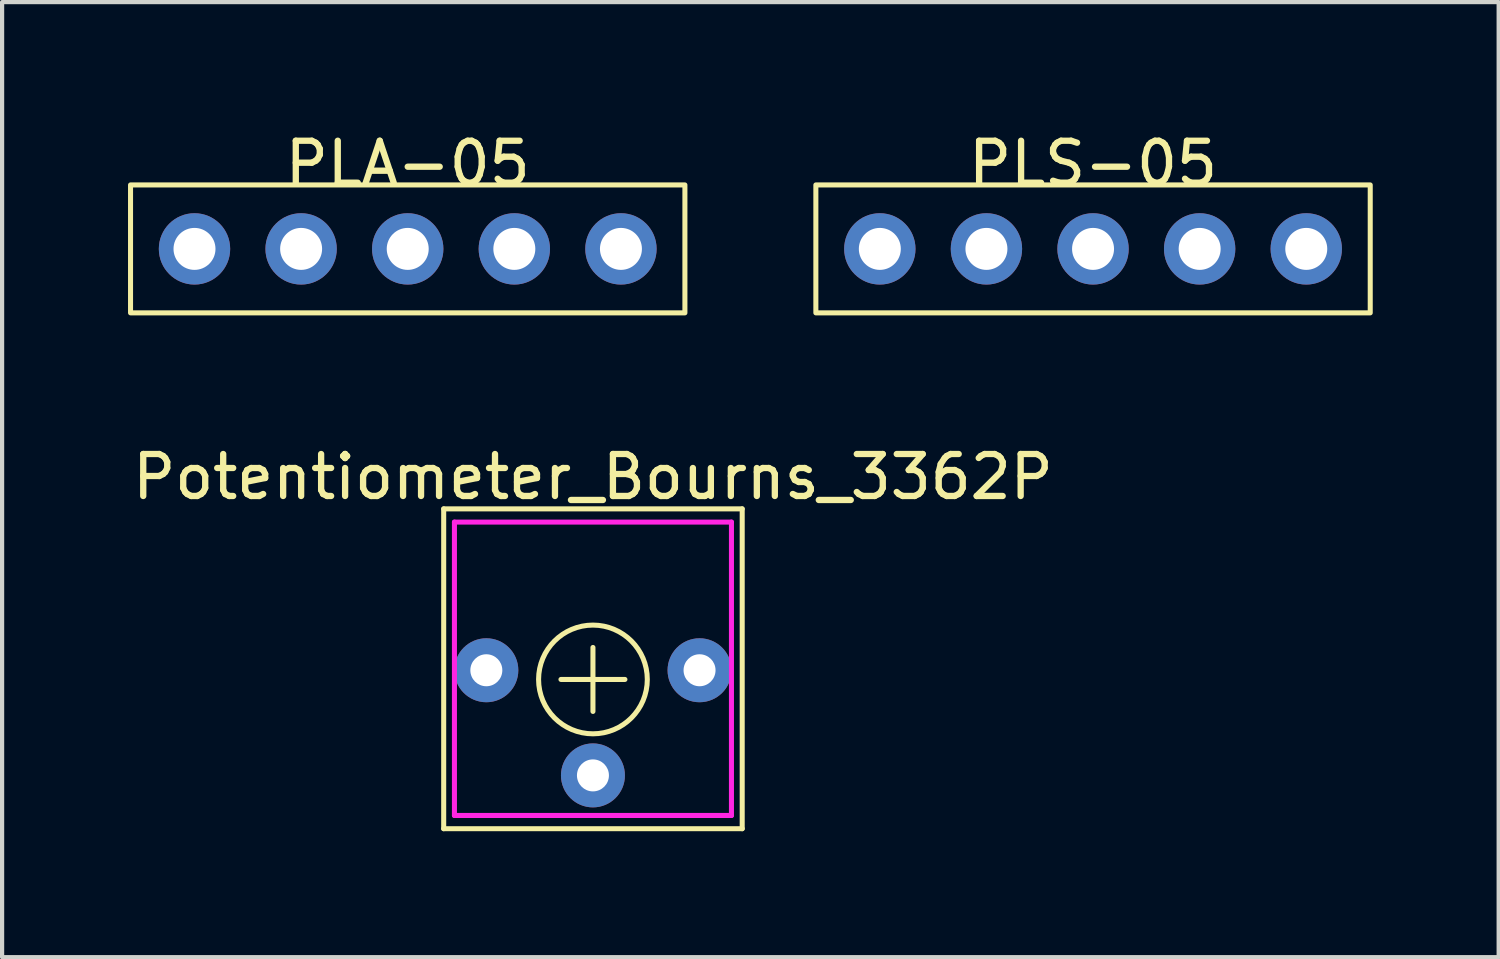
<source format=kicad_pcb>
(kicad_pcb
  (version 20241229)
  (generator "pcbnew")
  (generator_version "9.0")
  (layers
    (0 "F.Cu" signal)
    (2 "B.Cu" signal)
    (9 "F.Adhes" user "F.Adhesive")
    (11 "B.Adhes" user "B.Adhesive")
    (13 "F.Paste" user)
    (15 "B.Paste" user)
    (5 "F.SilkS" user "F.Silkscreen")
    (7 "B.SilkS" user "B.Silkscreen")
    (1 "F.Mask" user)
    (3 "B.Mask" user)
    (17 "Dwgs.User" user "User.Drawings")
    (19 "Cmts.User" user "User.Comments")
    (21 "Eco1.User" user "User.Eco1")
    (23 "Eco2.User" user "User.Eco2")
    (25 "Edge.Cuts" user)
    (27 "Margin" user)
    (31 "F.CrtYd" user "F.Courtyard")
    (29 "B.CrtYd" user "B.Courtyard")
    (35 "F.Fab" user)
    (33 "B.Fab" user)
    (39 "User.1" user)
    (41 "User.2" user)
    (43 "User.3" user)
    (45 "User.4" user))
  (footprint "PLS-05"
    (layer "F.Cu")
    (at 22.992 0.34)
    (property "Reference" "PLS-05" (at 0 0.508 0) (unlocked yes) (layer "F.SilkS") (effects (font (size 1 1) (thickness 0.15))))
    (attr smd)
    (fp_rect (start -6.604 1.016) (end 6.604 4.064) (stroke (width 0.12) (type solid)) (fill no) (layer "F.SilkS"))
    (pad "1" thru_hole circle (at -5.08 2.54) (size 1.7 1.7) (drill 1) (layers "*.Cu" "*.Mask"))
    (pad "2" thru_hole circle (at -2.54 2.54) (size 1.7 1.7) (drill 1) (layers "*.Cu" "*.Mask"))
    (pad "3" thru_hole circle (at 0 2.54) (size 1.7 1.7) (drill 1) (layers "*.Cu" "*.Mask"))
    (pad "4" thru_hole circle (at 2.54 2.54) (size 1.7 1.7) (drill 1) (layers "*.Cu" "*.Mask"))
    (pad "5" thru_hole circle (at 5.08 2.54) (size 1.7 1.7) (drill 1) (layers "*.Cu" "*.Mask")))
  (footprint "PLA-05"
    (layer "F.Cu")
    (at 6.664 0.34)
    (property "Reference" "PLA-05" (at 0 0.508 0) (unlocked yes) (layer "F.SilkS") (effects (font (size 1 1) (thickness 0.15))))
    (attr smd)
    (fp_rect (start -6.604 1.016) (end 6.604 4.064) (stroke (width 0.12) (type solid)) (fill no) (layer "F.SilkS"))
    (pad "1" thru_hole circle (at -5.08 2.54) (size 1.7 1.7) (drill 1) (layers "*.Cu" "*.Mask"))
    (pad "2" thru_hole circle (at -2.54 2.54) (size 1.7 1.7) (drill 1) (layers "*.Cu" "*.Mask"))
    (pad "3" thru_hole circle (at 0 2.54) (size 1.7 1.7) (drill 1) (layers "*.Cu" "*.Mask"))
    (pad "4" thru_hole circle (at 2.54 2.54) (size 1.7 1.7) (drill 1) (layers "*.Cu" "*.Mask"))
    (pad "5" thru_hole circle (at 5.08 2.54) (size 1.7 1.7) (drill 1) (layers "*.Cu" "*.Mask")))
  (footprint "Potentiometer_Bourns_3362P"
    (layer "F.Cu")
    (at 11.077 12.884)
    (property "Reference" "Potentiometer_Bourns_3362P" (at 0 -4.572 0) (layer "F.SilkS") (effects (font (size 1 1) (thickness 0.15))))
    (attr through_hole)
    (fp_line (start -3.556 -3.81) (end 3.556 -3.81) (stroke (width 0.12) (type solid)) (layer "F.SilkS"))
    (fp_line (start -3.556 3.81) (end -3.556 -3.81) (stroke (width 0.12) (type solid)) (layer "F.SilkS"))
    (fp_line (start -0.762 0.254) (end 0.762 0.254) (stroke (width 0.12) (type solid)) (layer "F.SilkS"))
    (fp_line (start 0 -0.508) (end 0 1.016) (stroke (width 0.12) (type solid)) (layer "F.SilkS"))
    (fp_line (start 3.556 -3.81) (end 3.556 3.81) (stroke (width 0.12) (type solid)) (layer "F.SilkS"))
    (fp_line (start 3.556 3.81) (end -3.556 3.81) (stroke (width 0.12) (type solid)) (layer "F.SilkS"))
    (fp_circle (center 0 0.254) (end 1.27 0.508) (stroke (width 0.12) (type solid)) (fill no) (layer "F.SilkS"))
    (fp_line (start -3.3 -3.495) (end 3.3 -3.495) (stroke (width 0.12) (type solid)) (layer "F.CrtYd"))
    (fp_line (start -3.3 3.495) (end -3.3 -3.495) (stroke (width 0.12) (type solid)) (layer "F.CrtYd"))
    (fp_line (start 3.3 -3.495) (end 3.3 3.495) (stroke (width 0.12) (type solid)) (layer "F.CrtYd"))
    (fp_line (start 3.3 3.495) (end -3.3 3.495) (stroke (width 0.12) (type solid)) (layer "F.CrtYd"))
    (pad "1" thru_hole circle (at -2.54 0.035) (size 1.524 1.524) (drill 0.762) (layers "*.Cu" "*.Mask"))
    (pad "2" thru_hole circle (at 0 2.54) (size 1.524 1.524) (drill 0.762) (layers "*.Cu" "*.Mask"))
    (pad "3" thru_hole circle (at 2.54 0.035) (size 1.524 1.524) (drill 0.762) (layers "*.Cu" "*.Mask")))
  (gr_rect
    (start -3 -3)
    (end 32.656 19.755)
    (stroke (width 0.1) (type default))
    (fill no)
    (layer "Edge.Cuts")))
</source>
